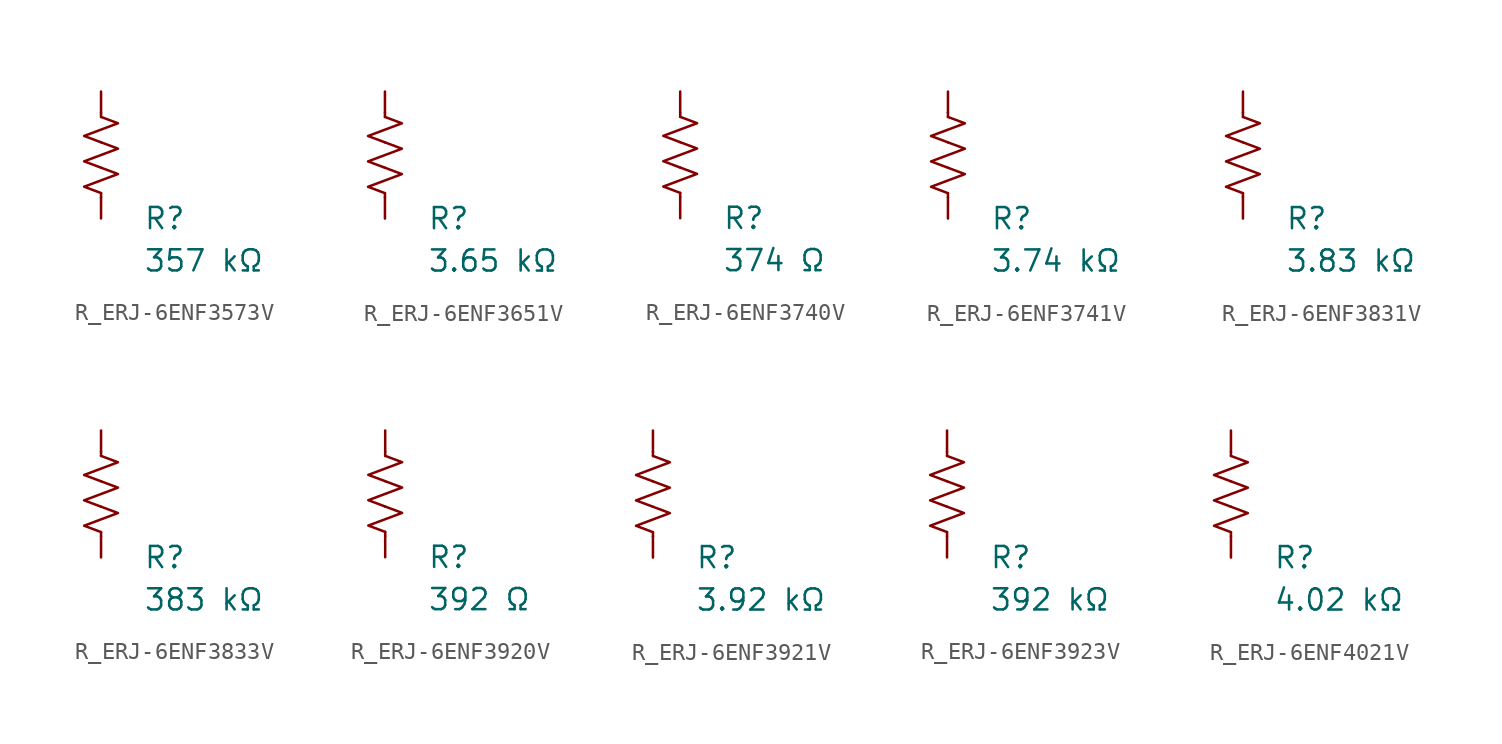
<source format=kicad_sym>
(kicad_symbol_lib
  (version 20231120)
  (generator "kicad_symbol_editor")
  (generator_version "8.0")
  (symbol "R_ERJ-6ENF3573V"
    (pin_numbers hide)
    (pin_names
      (offset 0))
    (property "Reference" "R"
      (at 2.54 -3.81 0)
      (effects (font (size 1.27 1.27)) (justify left))
      (show_name no))
    (property "Value" "357 kΩ"
      (at 2.54 -6.35 0)
      (effects (font (size 1.27 1.27)) (justify left))
      (show_name no))
    (symbol "R_ERJ-6ENF3573V_0_1"
      (polyline (pts (xy 0 -2.286) (xy 0 -2.54)) (stroke (width 0) (type default)) (fill (type none)))
      (polyline (pts (xy 0 2.286) (xy 0 2.54)) (stroke (width 0) (type default)) (fill (type none)))
      (polyline (pts (xy 0 -0.762) (xy 1.016 -1.143) (xy 0 -1.524) (xy -1.016 -1.905) (xy 0 -2.286)) (stroke (width 0) (type default)) (fill (type none)))
      (polyline (pts (xy 0 0.762) (xy 1.016 0.381) (xy 0 0) (xy -1.016 -0.381) (xy 0 -0.762)) (stroke (width 0) (type default)) (fill (type none)))
      (polyline (pts (xy 0 2.286) (xy 1.016 1.905) (xy 0 1.524) (xy -1.016 1.143) (xy 0 0.762)) (stroke (width 0) (type default)) (fill (type none))))
    (symbol "R_ERJ-6ENF3573V_1_1"
      (pin passive line (at 0 3.81 270) (length 1.27) (name "~" (effects (font (size 1.27 1.27)))) (number "1" (effects (font (size 1.27 1.27)))))
      (pin passive line (at 0 -3.81 90) (length 1.27) (name "~" (effects (font (size 1.27 1.27)))) (number "2" (effects (font (size 1.27 1.27)))))))
  (symbol "R_ERJ-6ENF3651V"
    (pin_numbers hide)
    (pin_names
      (offset 0))
    (property "Reference" "R"
      (at 2.54 -3.81 0)
      (effects (font (size 1.27 1.27)) (justify left))
      (show_name no))
    (property "Value" "3.65 kΩ"
      (at 2.54 -6.35 0)
      (effects (font (size 1.27 1.27)) (justify left))
      (show_name no))
    (symbol "R_ERJ-6ENF3651V_0_1"
      (polyline (pts (xy 0 -2.286) (xy 0 -2.54)) (stroke (width 0) (type default)) (fill (type none)))
      (polyline (pts (xy 0 2.286) (xy 0 2.54)) (stroke (width 0) (type default)) (fill (type none)))
      (polyline (pts (xy 0 -0.762) (xy 1.016 -1.143) (xy 0 -1.524) (xy -1.016 -1.905) (xy 0 -2.286)) (stroke (width 0) (type default)) (fill (type none)))
      (polyline (pts (xy 0 0.762) (xy 1.016 0.381) (xy 0 0) (xy -1.016 -0.381) (xy 0 -0.762)) (stroke (width 0) (type default)) (fill (type none)))
      (polyline (pts (xy 0 2.286) (xy 1.016 1.905) (xy 0 1.524) (xy -1.016 1.143) (xy 0 0.762)) (stroke (width 0) (type default)) (fill (type none))))
    (symbol "R_ERJ-6ENF3651V_1_1"
      (pin passive line (at 0 3.81 270) (length 1.27) (name "~" (effects (font (size 1.27 1.27)))) (number "1" (effects (font (size 1.27 1.27)))))
      (pin passive line (at 0 -3.81 90) (length 1.27) (name "~" (effects (font (size 1.27 1.27)))) (number "2" (effects (font (size 1.27 1.27)))))))
  (symbol "R_ERJ-6ENF3740V"
    (pin_numbers hide)
    (pin_names
      (offset 0))
    (property "Reference" "R"
      (at 2.54 -3.81 0)
      (effects (font (size 1.27 1.27)) (justify left))
      (show_name no))
    (property "Value" "374 Ω"
      (at 2.54 -6.35 0)
      (effects (font (size 1.27 1.27)) (justify left))
      (show_name no))
    (symbol "R_ERJ-6ENF3740V_0_1"
      (polyline (pts (xy 0 -2.286) (xy 0 -2.54)) (stroke (width 0) (type default)) (fill (type none)))
      (polyline (pts (xy 0 2.286) (xy 0 2.54)) (stroke (width 0) (type default)) (fill (type none)))
      (polyline (pts (xy 0 -0.762) (xy 1.016 -1.143) (xy 0 -1.524) (xy -1.016 -1.905) (xy 0 -2.286)) (stroke (width 0) (type default)) (fill (type none)))
      (polyline (pts (xy 0 0.762) (xy 1.016 0.381) (xy 0 0) (xy -1.016 -0.381) (xy 0 -0.762)) (stroke (width 0) (type default)) (fill (type none)))
      (polyline (pts (xy 0 2.286) (xy 1.016 1.905) (xy 0 1.524) (xy -1.016 1.143) (xy 0 0.762)) (stroke (width 0) (type default)) (fill (type none))))
    (symbol "R_ERJ-6ENF3740V_1_1"
      (pin passive line (at 0 3.81 270) (length 1.27) (name "~" (effects (font (size 1.27 1.27)))) (number "1" (effects (font (size 1.27 1.27)))))
      (pin passive line (at 0 -3.81 90) (length 1.27) (name "~" (effects (font (size 1.27 1.27)))) (number "2" (effects (font (size 1.27 1.27)))))))
  (symbol "R_ERJ-6ENF3741V"
    (pin_numbers hide)
    (pin_names
      (offset 0))
    (property "Reference" "R"
      (at 2.54 -3.81 0)
      (effects (font (size 1.27 1.27)) (justify left))
      (show_name no))
    (property "Value" "3.74 kΩ"
      (at 2.54 -6.35 0)
      (effects (font (size 1.27 1.27)) (justify left))
      (show_name no))
    (symbol "R_ERJ-6ENF3741V_0_1"
      (polyline (pts (xy 0 -2.286) (xy 0 -2.54)) (stroke (width 0) (type default)) (fill (type none)))
      (polyline (pts (xy 0 2.286) (xy 0 2.54)) (stroke (width 0) (type default)) (fill (type none)))
      (polyline (pts (xy 0 -0.762) (xy 1.016 -1.143) (xy 0 -1.524) (xy -1.016 -1.905) (xy 0 -2.286)) (stroke (width 0) (type default)) (fill (type none)))
      (polyline (pts (xy 0 0.762) (xy 1.016 0.381) (xy 0 0) (xy -1.016 -0.381) (xy 0 -0.762)) (stroke (width 0) (type default)) (fill (type none)))
      (polyline (pts (xy 0 2.286) (xy 1.016 1.905) (xy 0 1.524) (xy -1.016 1.143) (xy 0 0.762)) (stroke (width 0) (type default)) (fill (type none))))
    (symbol "R_ERJ-6ENF3741V_1_1"
      (pin passive line (at 0 3.81 270) (length 1.27) (name "~" (effects (font (size 1.27 1.27)))) (number "1" (effects (font (size 1.27 1.27)))))
      (pin passive line (at 0 -3.81 90) (length 1.27) (name "~" (effects (font (size 1.27 1.27)))) (number "2" (effects (font (size 1.27 1.27)))))))
  (symbol "R_ERJ-6ENF3831V"
    (pin_numbers hide)
    (pin_names
      (offset 0))
    (property "Reference" "R"
      (at 2.54 -3.81 0)
      (effects (font (size 1.27 1.27)) (justify left))
      (show_name no))
    (property "Value" "3.83 kΩ"
      (at 2.54 -6.35 0)
      (effects (font (size 1.27 1.27)) (justify left))
      (show_name no))
    (symbol "R_ERJ-6ENF3831V_0_1"
      (polyline (pts (xy 0 -2.286) (xy 0 -2.54)) (stroke (width 0) (type default)) (fill (type none)))
      (polyline (pts (xy 0 2.286) (xy 0 2.54)) (stroke (width 0) (type default)) (fill (type none)))
      (polyline (pts (xy 0 -0.762) (xy 1.016 -1.143) (xy 0 -1.524) (xy -1.016 -1.905) (xy 0 -2.286)) (stroke (width 0) (type default)) (fill (type none)))
      (polyline (pts (xy 0 0.762) (xy 1.016 0.381) (xy 0 0) (xy -1.016 -0.381) (xy 0 -0.762)) (stroke (width 0) (type default)) (fill (type none)))
      (polyline (pts (xy 0 2.286) (xy 1.016 1.905) (xy 0 1.524) (xy -1.016 1.143) (xy 0 0.762)) (stroke (width 0) (type default)) (fill (type none))))
    (symbol "R_ERJ-6ENF3831V_1_1"
      (pin passive line (at 0 3.81 270) (length 1.27) (name "~" (effects (font (size 1.27 1.27)))) (number "1" (effects (font (size 1.27 1.27)))))
      (pin passive line (at 0 -3.81 90) (length 1.27) (name "~" (effects (font (size 1.27 1.27)))) (number "2" (effects (font (size 1.27 1.27)))))))
  (symbol "R_ERJ-6ENF3833V"
    (pin_numbers hide)
    (pin_names
      (offset 0))
    (property "Reference" "R"
      (at 2.54 -3.81 0)
      (effects (font (size 1.27 1.27)) (justify left))
      (show_name no))
    (property "Value" "383 kΩ"
      (at 2.54 -6.35 0)
      (effects (font (size 1.27 1.27)) (justify left))
      (show_name no))
    (symbol "R_ERJ-6ENF3833V_0_1"
      (polyline (pts (xy 0 -2.286) (xy 0 -2.54)) (stroke (width 0) (type default)) (fill (type none)))
      (polyline (pts (xy 0 2.286) (xy 0 2.54)) (stroke (width 0) (type default)) (fill (type none)))
      (polyline (pts (xy 0 -0.762) (xy 1.016 -1.143) (xy 0 -1.524) (xy -1.016 -1.905) (xy 0 -2.286)) (stroke (width 0) (type default)) (fill (type none)))
      (polyline (pts (xy 0 0.762) (xy 1.016 0.381) (xy 0 0) (xy -1.016 -0.381) (xy 0 -0.762)) (stroke (width 0) (type default)) (fill (type none)))
      (polyline (pts (xy 0 2.286) (xy 1.016 1.905) (xy 0 1.524) (xy -1.016 1.143) (xy 0 0.762)) (stroke (width 0) (type default)) (fill (type none))))
    (symbol "R_ERJ-6ENF3833V_1_1"
      (pin passive line (at 0 3.81 270) (length 1.27) (name "~" (effects (font (size 1.27 1.27)))) (number "1" (effects (font (size 1.27 1.27)))))
      (pin passive line (at 0 -3.81 90) (length 1.27) (name "~" (effects (font (size 1.27 1.27)))) (number "2" (effects (font (size 1.27 1.27)))))))
  (symbol "R_ERJ-6ENF3920V"
    (pin_numbers hide)
    (pin_names
      (offset 0))
    (property "Reference" "R"
      (at 2.54 -3.81 0)
      (effects (font (size 1.27 1.27)) (justify left))
      (show_name no))
    (property "Value" "392 Ω"
      (at 2.54 -6.35 0)
      (effects (font (size 1.27 1.27)) (justify left))
      (show_name no))
    (symbol "R_ERJ-6ENF3920V_0_1"
      (polyline (pts (xy 0 -2.286) (xy 0 -2.54)) (stroke (width 0) (type default)) (fill (type none)))
      (polyline (pts (xy 0 2.286) (xy 0 2.54)) (stroke (width 0) (type default)) (fill (type none)))
      (polyline (pts (xy 0 -0.762) (xy 1.016 -1.143) (xy 0 -1.524) (xy -1.016 -1.905) (xy 0 -2.286)) (stroke (width 0) (type default)) (fill (type none)))
      (polyline (pts (xy 0 0.762) (xy 1.016 0.381) (xy 0 0) (xy -1.016 -0.381) (xy 0 -0.762)) (stroke (width 0) (type default)) (fill (type none)))
      (polyline (pts (xy 0 2.286) (xy 1.016 1.905) (xy 0 1.524) (xy -1.016 1.143) (xy 0 0.762)) (stroke (width 0) (type default)) (fill (type none))))
    (symbol "R_ERJ-6ENF3920V_1_1"
      (pin passive line (at 0 3.81 270) (length 1.27) (name "~" (effects (font (size 1.27 1.27)))) (number "1" (effects (font (size 1.27 1.27)))))
      (pin passive line (at 0 -3.81 90) (length 1.27) (name "~" (effects (font (size 1.27 1.27)))) (number "2" (effects (font (size 1.27 1.27)))))))
  (symbol "R_ERJ-6ENF3921V"
    (pin_numbers hide)
    (pin_names
      (offset 0))
    (property "Reference" "R"
      (at 2.54 -3.81 0)
      (effects (font (size 1.27 1.27)) (justify left))
      (show_name no))
    (property "Value" "3.92 kΩ"
      (at 2.54 -6.35 0)
      (effects (font (size 1.27 1.27)) (justify left))
      (show_name no))
    (symbol "R_ERJ-6ENF3921V_0_1"
      (polyline (pts (xy 0 -2.286) (xy 0 -2.54)) (stroke (width 0) (type default)) (fill (type none)))
      (polyline (pts (xy 0 2.286) (xy 0 2.54)) (stroke (width 0) (type default)) (fill (type none)))
      (polyline (pts (xy 0 -0.762) (xy 1.016 -1.143) (xy 0 -1.524) (xy -1.016 -1.905) (xy 0 -2.286)) (stroke (width 0) (type default)) (fill (type none)))
      (polyline (pts (xy 0 0.762) (xy 1.016 0.381) (xy 0 0) (xy -1.016 -0.381) (xy 0 -0.762)) (stroke (width 0) (type default)) (fill (type none)))
      (polyline (pts (xy 0 2.286) (xy 1.016 1.905) (xy 0 1.524) (xy -1.016 1.143) (xy 0 0.762)) (stroke (width 0) (type default)) (fill (type none))))
    (symbol "R_ERJ-6ENF3921V_1_1"
      (pin passive line (at 0 3.81 270) (length 1.27) (name "~" (effects (font (size 1.27 1.27)))) (number "1" (effects (font (size 1.27 1.27)))))
      (pin passive line (at 0 -3.81 90) (length 1.27) (name "~" (effects (font (size 1.27 1.27)))) (number "2" (effects (font (size 1.27 1.27)))))))
  (symbol "R_ERJ-6ENF3923V"
    (pin_numbers hide)
    (pin_names
      (offset 0))
    (property "Reference" "R"
      (at 2.54 -3.81 0)
      (effects (font (size 1.27 1.27)) (justify left))
      (show_name no))
    (property "Value" "392 kΩ"
      (at 2.54 -6.35 0)
      (effects (font (size 1.27 1.27)) (justify left))
      (show_name no))
    (symbol "R_ERJ-6ENF3923V_0_1"
      (polyline (pts (xy 0 -2.286) (xy 0 -2.54)) (stroke (width 0) (type default)) (fill (type none)))
      (polyline (pts (xy 0 2.286) (xy 0 2.54)) (stroke (width 0) (type default)) (fill (type none)))
      (polyline (pts (xy 0 -0.762) (xy 1.016 -1.143) (xy 0 -1.524) (xy -1.016 -1.905) (xy 0 -2.286)) (stroke (width 0) (type default)) (fill (type none)))
      (polyline (pts (xy 0 0.762) (xy 1.016 0.381) (xy 0 0) (xy -1.016 -0.381) (xy 0 -0.762)) (stroke (width 0) (type default)) (fill (type none)))
      (polyline (pts (xy 0 2.286) (xy 1.016 1.905) (xy 0 1.524) (xy -1.016 1.143) (xy 0 0.762)) (stroke (width 0) (type default)) (fill (type none))))
    (symbol "R_ERJ-6ENF3923V_1_1"
      (pin passive line (at 0 3.81 270) (length 1.27) (name "~" (effects (font (size 1.27 1.27)))) (number "1" (effects (font (size 1.27 1.27)))))
      (pin passive line (at 0 -3.81 90) (length 1.27) (name "~" (effects (font (size 1.27 1.27)))) (number "2" (effects (font (size 1.27 1.27)))))))
  (symbol "R_ERJ-6ENF4021V"
    (pin_numbers hide)
    (pin_names
      (offset 0))
    (property "Reference" "R"
      (at 2.54 -3.81 0)
      (effects (font (size 1.27 1.27)) (justify left))
      (show_name no))
    (property "Value" "4.02 kΩ"
      (at 2.54 -6.35 0)
      (effects (font (size 1.27 1.27)) (justify left))
      (show_name no))
    (symbol "R_ERJ-6ENF4021V_0_1"
      (polyline (pts (xy 0 -2.286) (xy 0 -2.54)) (stroke (width 0) (type default)) (fill (type none)))
      (polyline (pts (xy 0 2.286) (xy 0 2.54)) (stroke (width 0) (type default)) (fill (type none)))
      (polyline (pts (xy 0 -0.762) (xy 1.016 -1.143) (xy 0 -1.524) (xy -1.016 -1.905) (xy 0 -2.286)) (stroke (width 0) (type default)) (fill (type none)))
      (polyline (pts (xy 0 0.762) (xy 1.016 0.381) (xy 0 0) (xy -1.016 -0.381) (xy 0 -0.762)) (stroke (width 0) (type default)) (fill (type none)))
      (polyline (pts (xy 0 2.286) (xy 1.016 1.905) (xy 0 1.524) (xy -1.016 1.143) (xy 0 0.762)) (stroke (width 0) (type default)) (fill (type none))))
    (symbol "R_ERJ-6ENF4021V_1_1"
      (pin passive line (at 0 3.81 270) (length 1.27) (name "~" (effects (font (size 1.27 1.27)))) (number "1" (effects (font (size 1.27 1.27)))))
      (pin passive line (at 0 -3.81 90) (length 1.27) (name "~" (effects (font (size 1.27 1.27)))) (number "2" (effects (font (size 1.27 1.27))))))))
</source>
